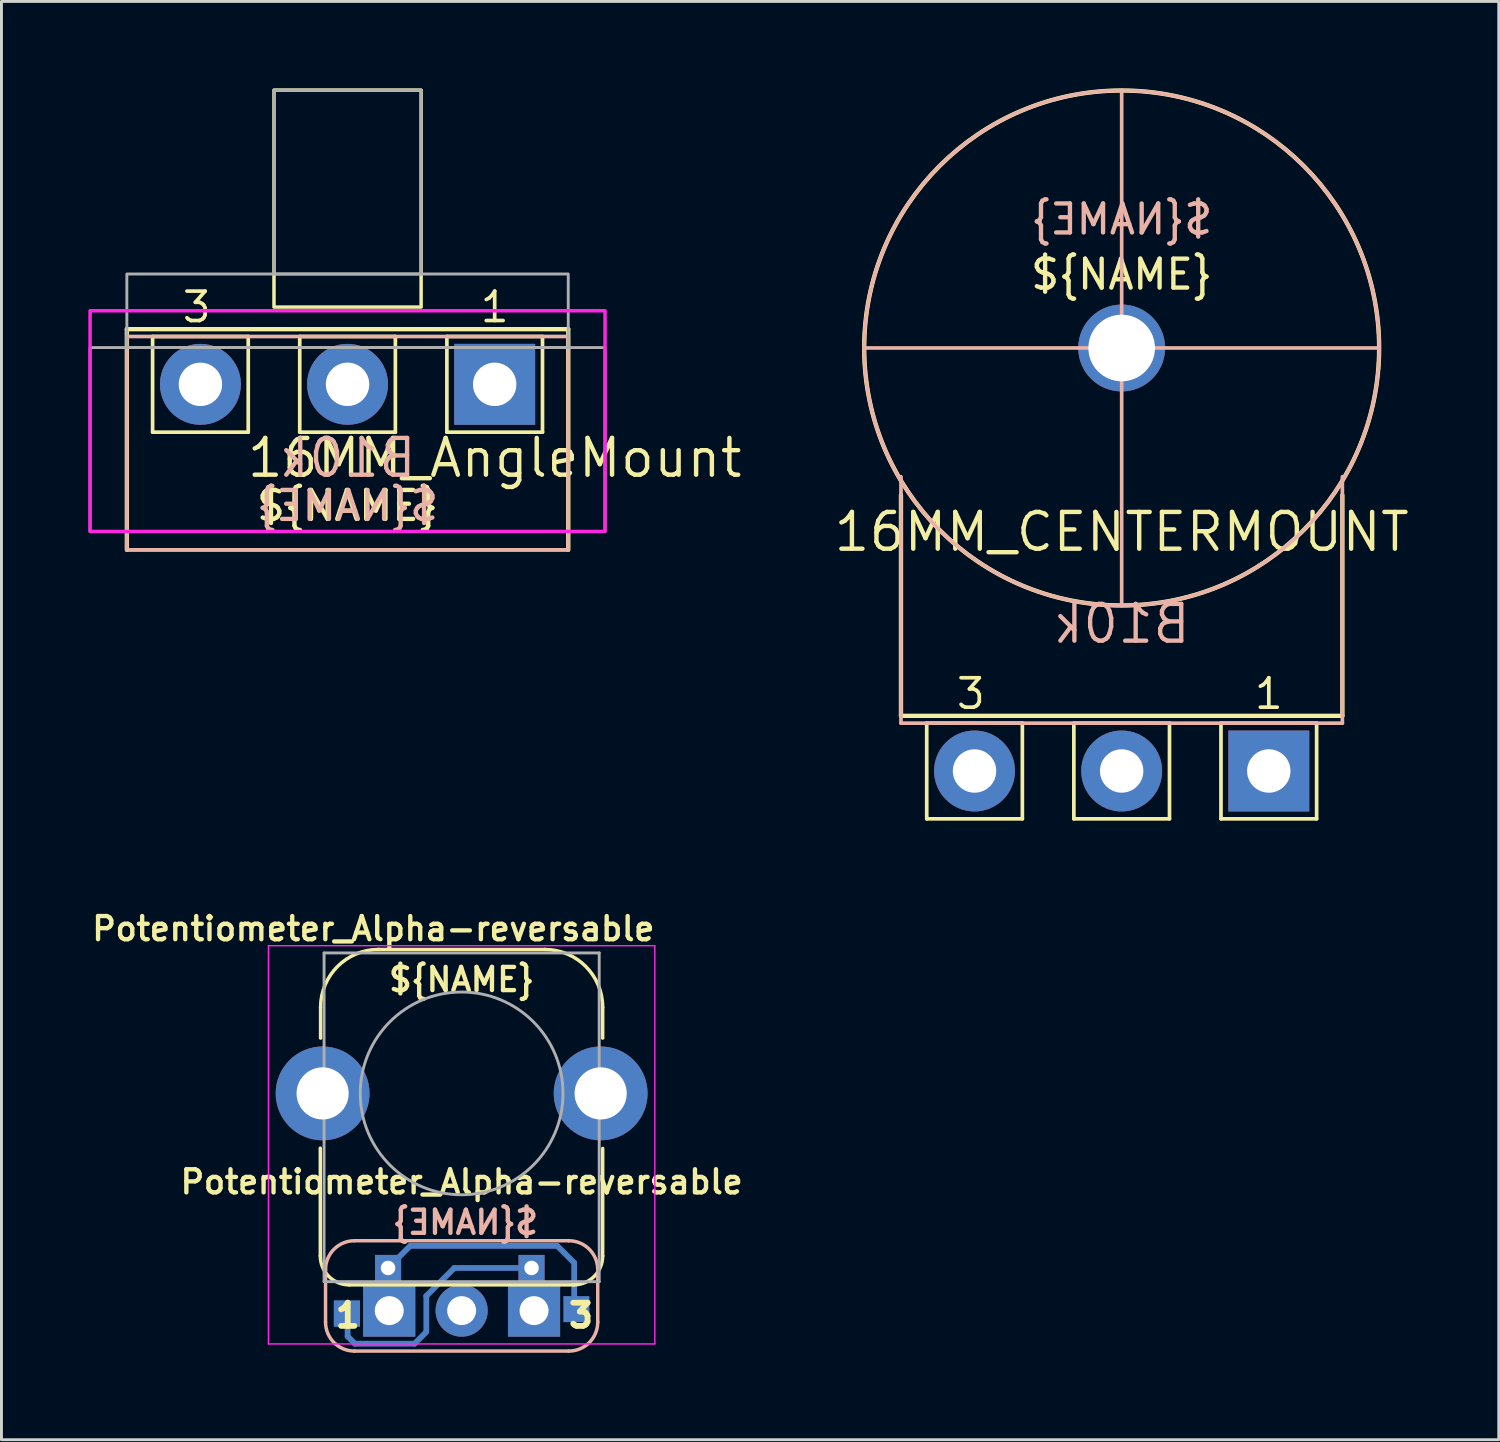
<source format=kicad_pcb>
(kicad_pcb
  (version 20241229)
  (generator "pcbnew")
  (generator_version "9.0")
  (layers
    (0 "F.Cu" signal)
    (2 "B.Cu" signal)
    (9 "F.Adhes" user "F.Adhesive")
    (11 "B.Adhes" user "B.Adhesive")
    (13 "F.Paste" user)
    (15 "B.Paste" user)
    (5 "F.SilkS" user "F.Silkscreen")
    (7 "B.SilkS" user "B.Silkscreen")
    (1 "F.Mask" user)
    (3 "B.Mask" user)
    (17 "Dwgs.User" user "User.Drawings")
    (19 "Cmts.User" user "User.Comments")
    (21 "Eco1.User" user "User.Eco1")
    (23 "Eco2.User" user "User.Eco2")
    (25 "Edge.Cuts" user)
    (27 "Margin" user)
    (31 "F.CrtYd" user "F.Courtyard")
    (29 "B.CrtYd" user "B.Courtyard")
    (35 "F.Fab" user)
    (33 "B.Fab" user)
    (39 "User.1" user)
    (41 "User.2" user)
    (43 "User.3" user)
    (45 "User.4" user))
  (footprint "Potentiometer_Alpha-reversable"
    (layer "F.Cu")
    (at 12.889 42.202)
    (property "Reference" "Potentiometer_Alpha-reversable" (at -3.049 -13.186 180) (layer "F.SilkS") (effects (font (size 0.8 0.8) (thickness 0.15))))
    (attr through_hole)
    (fp_line (start -3.937 0.889) (end -3.937 0.254) (stroke (width 0.2) (type solid)) (layer "B.Cu"))
    (fp_line (start -3.683 1.143) (end -3.937 0.889) (stroke (width 0.2) (type solid)) (layer "B.Cu"))
    (fp_line (start -2.54 -1.473) (end -1.778 -2.235) (stroke (width 0.2) (type solid)) (layer "B.Cu"))
    (fp_line (start -1.778 -2.235) (end 3.302 -2.235) (stroke (width 0.2) (type solid)) (layer "B.Cu"))
    (fp_line (start -1.626 1.143) (end -3.683 1.143) (stroke (width 0.2) (type solid)) (layer "B.Cu"))
    (fp_line (start -1.626 1.143) (end -1.224 0.741) (stroke (width 0.2) (type solid)) (layer "B.Cu"))
    (fp_line (start -1.219 -0.508) (end -1.219 0.711) (stroke (width 0.2) (type solid)) (layer "B.Cu"))
    (fp_line (start -0.254 -1.473) (end -1.219 -0.508) (stroke (width 0.2) (type solid)) (layer "B.Cu"))
    (fp_line (start 2.413 -1.473) (end -0.254 -1.473) (stroke (width 0.2) (type solid)) (layer "B.Cu"))
    (fp_line (start 3.302 -2.235) (end 3.886 -1.651) (stroke (width 0.2) (type solid)) (layer "B.Cu"))
    (fp_line (start 3.886 -1.651) (end 3.886 -0.127) (stroke (width 0.2) (type solid)) (layer "B.Cu"))
    (fp_line (start -4.88 -1.889) (end -4.88 -5.609) (stroke (width 0.12) (type solid)) (layer "F.SilkS"))
    (fp_line (start -4.87 -9.41) (end -4.87 -10.47) (stroke (width 0.12) (type solid)) (layer "F.SilkS"))
    (fp_line (start 2.87 -12.47) (end -2.87 -12.47) (stroke (width 0.12) (type solid)) (layer "F.SilkS"))
    (fp_line (start 3.87 -0.889) (end -3.88 -0.889) (stroke (width 0.12) (type solid)) (layer "F.SilkS"))
    (fp_line (start 4.87 -9.41) (end 4.87 -10.47) (stroke (width 0.12) (type solid)) (layer "F.SilkS"))
    (fp_line (start 4.87 -1.889) (end 4.87 -5.6) (stroke (width 0.12) (type solid)) (layer "F.SilkS"))
    (fp_arc (start -4.87 -10.47) (mid -4.284214 -11.884214) (end -2.87 -12.47) (stroke (width 0.12) (type default)) (layer "F.SilkS"))
    (fp_arc (start -3.88 -0.889) (mid -4.587107 -1.181893) (end -4.88 -1.889) (stroke (width 0.12) (type default)) (layer "F.SilkS"))
    (fp_arc (start 2.87 -12.47) (mid 4.284214 -11.884214) (end 4.87 -10.47) (stroke (width 0.12) (type default)) (layer "F.SilkS"))
    (fp_arc (start 4.87 -1.889) (mid 4.577107 -1.181893) (end 3.87 -0.889) (stroke (width 0.12) (type default)) (layer "F.SilkS"))
    (fp_line (start -4.699 0.397) (end -4.699 -1.413) (stroke (width 0.12) (type default)) (layer "B.SilkS"))
    (fp_line (start -3.699 -2.413) (end 3.699 -2.413) (stroke (width 0.12) (type default)) (layer "B.SilkS"))
    (fp_line (start 3.699 1.397) (end -3.699 1.397) (stroke (width 0.12) (type default)) (layer "B.SilkS"))
    (fp_line (start 4.699 -1.413) (end 4.699 0.397) (stroke (width 0.12) (type default)) (layer "B.SilkS"))
    (fp_arc (start -4.699 -1.413) (mid -4.406107 -2.120107) (end -3.699 -2.413) (stroke (width 0.12) (type default)) (layer "B.SilkS"))
    (fp_arc (start -3.699 1.397) (mid -4.406107 1.104107) (end -4.699 0.397) (stroke (width 0.12) (type default)) (layer "B.SilkS"))
    (fp_arc (start 3.699 -2.413) (mid 4.406107 -2.120107) (end 4.699 -1.413) (stroke (width 0.12) (type default)) (layer "B.SilkS"))
    (fp_arc (start 4.699 0.397) (mid 4.406107 1.104107) (end 3.699 1.397) (stroke (width 0.12) (type default)) (layer "B.SilkS"))
    (fp_line (start -6.67 -12.6) (end -6.67 1.15) (stroke (width 0.05) (type solid)) (layer "F.CrtYd"))
    (fp_line (start -6.67 1.15) (end 6.67 1.15) (stroke (width 0.05) (type solid)) (layer "F.CrtYd"))
    (fp_line (start 6.67 -12.6) (end -6.67 -12.6) (stroke (width 0.05) (type solid)) (layer "F.CrtYd"))
    (fp_line (start 6.67 1.15) (end 6.67 -12.6) (stroke (width 0.05) (type solid)) (layer "F.CrtYd"))
    (fp_line (start -4.75 -1) (end -4.75 -12.35) (stroke (width 0.1) (type solid)) (layer "F.Fab"))
    (fp_line (start 4.75 -12.35) (end -4.75 -12.35) (stroke (width 0.1) (type solid)) (layer "F.Fab"))
    (fp_line (start 4.75 -1) (end -4.75 -1) (stroke (width 0.1) (type solid)) (layer "F.Fab"))
    (fp_line (start 4.75 -1) (end 4.75 -12.35) (stroke (width 0.1) (type solid)) (layer "F.Fab"))
    (fp_circle (center 0 -7.5) (end -3.5 -7.5) (stroke (width 0.1) (type solid)) (fill no) (layer "F.Fab"))
    (fp_text user "${NAME}" (at 0 -11.43 180) (layer "F.SilkS") (effects (font (size 0.8 0.8) (thickness 0.15))))
    (fp_text user "1" (at -4.445 0.635 0) (unlocked yes) (layer "F.SilkS") (effects (font (size 0.8 0.8) (thickness 0.2) (bold yes)) (justify left bottom)))
    (fp_text user "3" (at 3.607 0.635 0) (unlocked yes) (layer "F.SilkS") (effects (font (size 0.8 0.8) (thickness 0.2) (bold yes)) (justify left bottom)))
    (fp_text user "${REFERENCE}" (at 0 -4.445 180) (layer "F.SilkS") (effects (font (size 0.8 0.8) (thickness 0.15))))
    (fp_text user "${NAME}" (at 0.127 -3.048 180) (layer "B.SilkS") (effects (font (size 0.8 0.8) (thickness 0.15)) (justify mirror)))
    (pad "" thru_hole circle (at -4.8 -7.5 180) (size 3.24 3.24) (drill 1.8) (layers "*.Cu" "*.Mask"))
    (pad "" smd rect (at -3.962 0.102 180) (size 0.9 0.9) (layers "B.Cu" "B.Mask" "B.Paste"))
    (pad "" smd rect (at -3.962 0.102 180) (size 0.9 0.9) (layers "B.Cu" "B.Mask" "B.Paste"))
    (pad "" thru_hole rect (at -2.5 0 180) (size 1.8 1.8) (drill 1) (layers "*.Cu" "*.Mask"))
    (pad "" thru_hole rect (at 2.5 0 180) (size 1.8 1.8) (drill 1) (layers "*.Cu" "*.Mask"))
    (pad "" smd rect (at 3.962 -0.051 180) (size 0.9 0.9) (layers "B.Cu" "B.Mask" "B.Paste"))
    (pad "" thru_hole circle (at 4.8 -7.5 180) (size 3.24 3.24) (drill 1.8) (layers "*.Cu" "*.Mask"))
    (pad "1" thru_hole rect (at -2.54 -1.473 180) (size 0.9 0.9) (drill 0.5) (layers "*.Cu" "*.Mask"))
    (pad "2" thru_hole circle (at 0 0 180) (size 1.8 1.8) (drill 1) (layers "*.Cu" "*.Mask"))
    (pad "3" thru_hole rect (at 2.413 -1.473 180) (size 0.9 0.9) (drill 0.5) (layers "*.Cu" "*.Mask")))
  (footprint "16MM_AngleMount"
    (layer "F.Cu")
    (at 8.95 10.22)
    (property "Reference" "16MM_AngleMount" (at 5.08 2.54 0) (layer "F.SilkS") (effects (font (size 1.27 1.27) (thickness 0.152))))
    (property "Value" "B10k" (at 0 2.54 0) (layer "F.SilkS") (hide yes) (effects (font (size 1.27 1.27) (thickness 0.15))))
    (attr through_hole)
    (fp_line (start -7.62 -1.905) (end 7.62 -1.905) (stroke (width 0.15) (type solid)) (layer "F.SilkS"))
    (fp_line (start -7.62 5.715) (end -7.62 -1.905) (stroke (width 0.15) (type solid)) (layer "F.SilkS"))
    (fp_line (start -7.62 5.715) (end 7.62 5.715) (stroke (width 0.12) (type solid)) (layer "F.SilkS"))
    (fp_line (start -6.731 -1.651) (end -6.731 1.651) (stroke (width 0.127) (type solid)) (layer "F.SilkS"))
    (fp_line (start -6.731 -1.651) (end -3.429 -1.651) (stroke (width 0.127) (type solid)) (layer "F.SilkS"))
    (fp_line (start -6.731 1.651) (end -3.429 1.651) (stroke (width 0.127) (type solid)) (layer "F.SilkS"))
    (fp_line (start -3.429 1.651) (end -3.429 -1.651) (stroke (width 0.127) (type solid)) (layer "F.SilkS"))
    (fp_line (start -1.651 -1.651) (end -1.651 1.651) (stroke (width 0.127) (type solid)) (layer "F.SilkS"))
    (fp_line (start -1.651 -1.651) (end 1.651 -1.651) (stroke (width 0.127) (type solid)) (layer "F.SilkS"))
    (fp_line (start -1.651 1.651) (end 1.651 1.651) (stroke (width 0.127) (type solid)) (layer "F.SilkS"))
    (fp_line (start 1.651 1.651) (end 1.651 -1.651) (stroke (width 0.127) (type solid)) (layer "F.SilkS"))
    (fp_line (start 3.429 -1.651) (end 3.429 1.651) (stroke (width 0.127) (type solid)) (layer "F.SilkS"))
    (fp_line (start 3.429 -1.651) (end 6.731 -1.651) (stroke (width 0.127) (type solid)) (layer "F.SilkS"))
    (fp_line (start 3.429 1.651) (end 6.731 1.651) (stroke (width 0.127) (type solid)) (layer "F.SilkS"))
    (fp_line (start 6.731 1.651) (end 6.731 -1.651) (stroke (width 0.127) (type solid)) (layer "F.SilkS"))
    (fp_line (start 7.62 5.715) (end 7.62 -1.905) (stroke (width 0.15) (type solid)) (layer "F.SilkS"))
    (fp_rect (start -2.54 -10.16) (end 2.54 -2.667) (stroke (width 0.12) (type solid)) (fill no) (layer "F.SilkS"))
    (fp_line (start -7.62 -1.651) (end 7.62 -1.651) (stroke (width 0.127) (type solid)) (layer "B.SilkS"))
    (fp_line (start -7.62 5.715) (end -7.62 -1.651) (stroke (width 0.127) (type solid)) (layer "B.SilkS"))
    (fp_line (start -7.62 5.715) (end 7.62 5.715) (stroke (width 0.12) (type solid)) (layer "B.SilkS"))
    (fp_line (start 7.62 -1.651) (end 7.62 5.715) (stroke (width 0.127) (type solid)) (layer "B.SilkS"))
    (fp_rect (start -8.89 -2.54) (end 8.89 5.08) (stroke (width 0.12) (type solid)) (fill no) (layer "F.CrtYd"))
    (fp_rect (start -8.89 -1.27) (end 8.89 5.08) (stroke (width 0.1) (type solid)) (fill no) (layer "F.Fab"))
    (fp_rect (start -7.62 -1.27) (end 7.62 -3.81) (stroke (width 0.1) (type solid)) (fill no) (layer "F.Fab"))
    (fp_rect (start -2.54 -10.16) (end 2.54 -3.81) (stroke (width 0.1) (type solid)) (fill no) (layer "F.Fab"))
    (fp_text user "3" (at -5.207 -2.667 0) (layer "F.SilkS") (effects (font (size 1.016 1.016) (thickness 0.127))))
    (fp_text user "1" (at 5.08 -2.667 0) (layer "F.SilkS") (effects (font (size 1.016 1.016) (thickness 0.127))))
    (fp_text user "${NAME}" (at 0 4.191 0) (layer "F.SilkS") (effects (font (size 1 1) (thickness 0.15))))
    (fp_text user "${VALUE}" (at 0 2.54 0) (layer "B.SilkS") (effects (font (size 1.27 1.27) (thickness 0.15)) (justify mirror)))
    (fp_text user "${NAME}" (at 0 4.191 0) (layer "B.SilkS") (effects (font (size 1 1) (thickness 0.15)) (justify mirror)))
    (pad "1" thru_hole rect (at 5.08 0) (size 2.794 2.794) (drill 1.499) (layers "*.Cu" "*.Mask"))
    (pad "2" thru_hole circle (at 0 0) (size 2.794 2.794) (drill 1.499) (layers "*.Cu" "*.Mask"))
    (pad "3" thru_hole circle (at -5.08 0) (size 2.794 2.794) (drill 1.499) (layers "*.Cu" "*.Mask")))
  (footprint "16MM_CENTERMOUNT"
    (layer "F.Cu")
    (at 35.678 8.965)
    (property "Reference" "16MM_CENTERMOUNT" (at 0 6.35 0) (layer "F.SilkS") (effects (font (size 1.27 1.27) (thickness 0.152))))
    (property "Value" "B10k" (at 0 11.43 0) (layer "F.SilkS") (hide yes) (effects (font (size 1.27 1.27) (thickness 0.15))))
    (attr through_hole)
    (fp_line (start -7.62 5.08) (end -7.62 12.7) (stroke (width 0.15) (type solid)) (layer "F.SilkS"))
    (fp_line (start -7.62 12.7) (end 7.62 12.7) (stroke (width 0.15) (type solid)) (layer "F.SilkS"))
    (fp_line (start -6.731 12.954) (end -6.731 16.256) (stroke (width 0.127) (type solid)) (layer "F.SilkS"))
    (fp_line (start -6.731 12.954) (end -3.429 12.954) (stroke (width 0.127) (type solid)) (layer "F.SilkS"))
    (fp_line (start -6.731 16.256) (end -3.429 16.256) (stroke (width 0.127) (type solid)) (layer "F.SilkS"))
    (fp_line (start -3.429 16.256) (end -3.429 12.954) (stroke (width 0.127) (type solid)) (layer "F.SilkS"))
    (fp_line (start -1.651 12.954) (end -1.651 16.256) (stroke (width 0.127) (type solid)) (layer "F.SilkS"))
    (fp_line (start -1.651 12.954) (end 1.651 12.954) (stroke (width 0.127) (type solid)) (layer "F.SilkS"))
    (fp_line (start -1.651 16.256) (end 1.651 16.256) (stroke (width 0.127) (type solid)) (layer "F.SilkS"))
    (fp_line (start 1.651 16.256) (end 1.651 12.954) (stroke (width 0.127) (type solid)) (layer "F.SilkS"))
    (fp_line (start 3.429 12.954) (end 3.429 16.256) (stroke (width 0.127) (type solid)) (layer "F.SilkS"))
    (fp_line (start 3.429 12.954) (end 6.731 12.954) (stroke (width 0.127) (type solid)) (layer "F.SilkS"))
    (fp_line (start 3.429 16.256) (end 6.731 16.256) (stroke (width 0.127) (type solid)) (layer "F.SilkS"))
    (fp_line (start 6.731 16.256) (end 6.731 12.954) (stroke (width 0.127) (type solid)) (layer "F.SilkS"))
    (fp_line (start 7.62 12.7) (end 7.62 5.08) (stroke (width 0.15) (type solid)) (layer "F.SilkS"))
    (fp_circle (center 0 0) (end 8.89 0) (stroke (width 0.15) (type solid)) (fill no) (layer "F.SilkS"))
    (fp_line (start -8.89 0) (end 8.89 0) (stroke (width 0.127) (type solid)) (layer "B.SilkS"))
    (fp_line (start -7.62 4.445) (end -7.62 12.954) (stroke (width 0.127) (type solid)) (layer "B.SilkS"))
    (fp_line (start -7.62 12.954) (end 7.62 12.954) (stroke (width 0.127) (type solid)) (layer "B.SilkS"))
    (fp_line (start 0 8.89) (end 0 -8.89) (stroke (width 0.127) (type solid)) (layer "B.SilkS"))
    (fp_line (start 7.62 12.954) (end 7.62 4.445) (stroke (width 0.127) (type solid)) (layer "B.SilkS"))
    (fp_arc (start -8.89 0) (mid -6.286179 -6.286179) (end 0 -8.89) (stroke (width 0.127) (type solid)) (layer "B.SilkS"))
    (fp_arc (start 0 -8.89) (mid 6.286179 -6.286179) (end 8.89 0) (stroke (width 0.127) (type solid)) (layer "B.SilkS"))
    (fp_arc (start 0 8.89) (mid -6.286179 6.286179) (end -8.89 0) (stroke (width 0.127) (type solid)) (layer "B.SilkS"))
    (fp_arc (start 8.89 0) (mid 6.286179 6.286179) (end 0 8.89) (stroke (width 0.127) (type solid)) (layer "B.SilkS"))
    (fp_text user "${NAME}" (at 0 -2.54 0) (layer "F.SilkS") (effects (font (size 1 1) (thickness 0.15))))
    (fp_text user "3" (at -5.207 11.938 0) (layer "F.SilkS") (effects (font (size 1.016 1.016) (thickness 0.127))))
    (fp_text user "1" (at 5.08 11.938 0) (layer "F.SilkS") (effects (font (size 1.016 1.016) (thickness 0.127))))
    (fp_text user "${VALUE}" (at 0 9.525 0) (layer "B.SilkS") (effects (font (size 1.27 1.27) (thickness 0.15)) (justify mirror)))
    (fp_text user "${NAME}" (at 0 -4.445 0) (layer "B.SilkS") (effects (font (size 1 1) (thickness 0.15)) (justify mirror)))
    (pad " " thru_hole circle (at 0 0) (size 3 3) (drill 2.3) (layers "*.Cu" "*.Mask"))
    (pad "1" thru_hole rect (at 5.08 14.605) (size 2.794 2.794) (drill 1.499) (layers "*.Cu" "*.Paste" "*.Mask"))
    (pad "2" thru_hole circle (at 0 14.605) (size 2.794 2.794) (drill 1.499) (layers "*.Cu" "*.Paste" "*.Mask"))
    (pad "3" thru_hole circle (at -5.08 14.605) (size 2.794 2.794) (drill 1.499) (layers "*.Cu" "*.Paste" "*.Mask")))
  (gr_rect
    (start -3 -3)
    (end 48.698 46.659)
    (stroke (width 0.1) (type default))
    (fill no)
    (layer "Edge.Cuts")))
</source>
